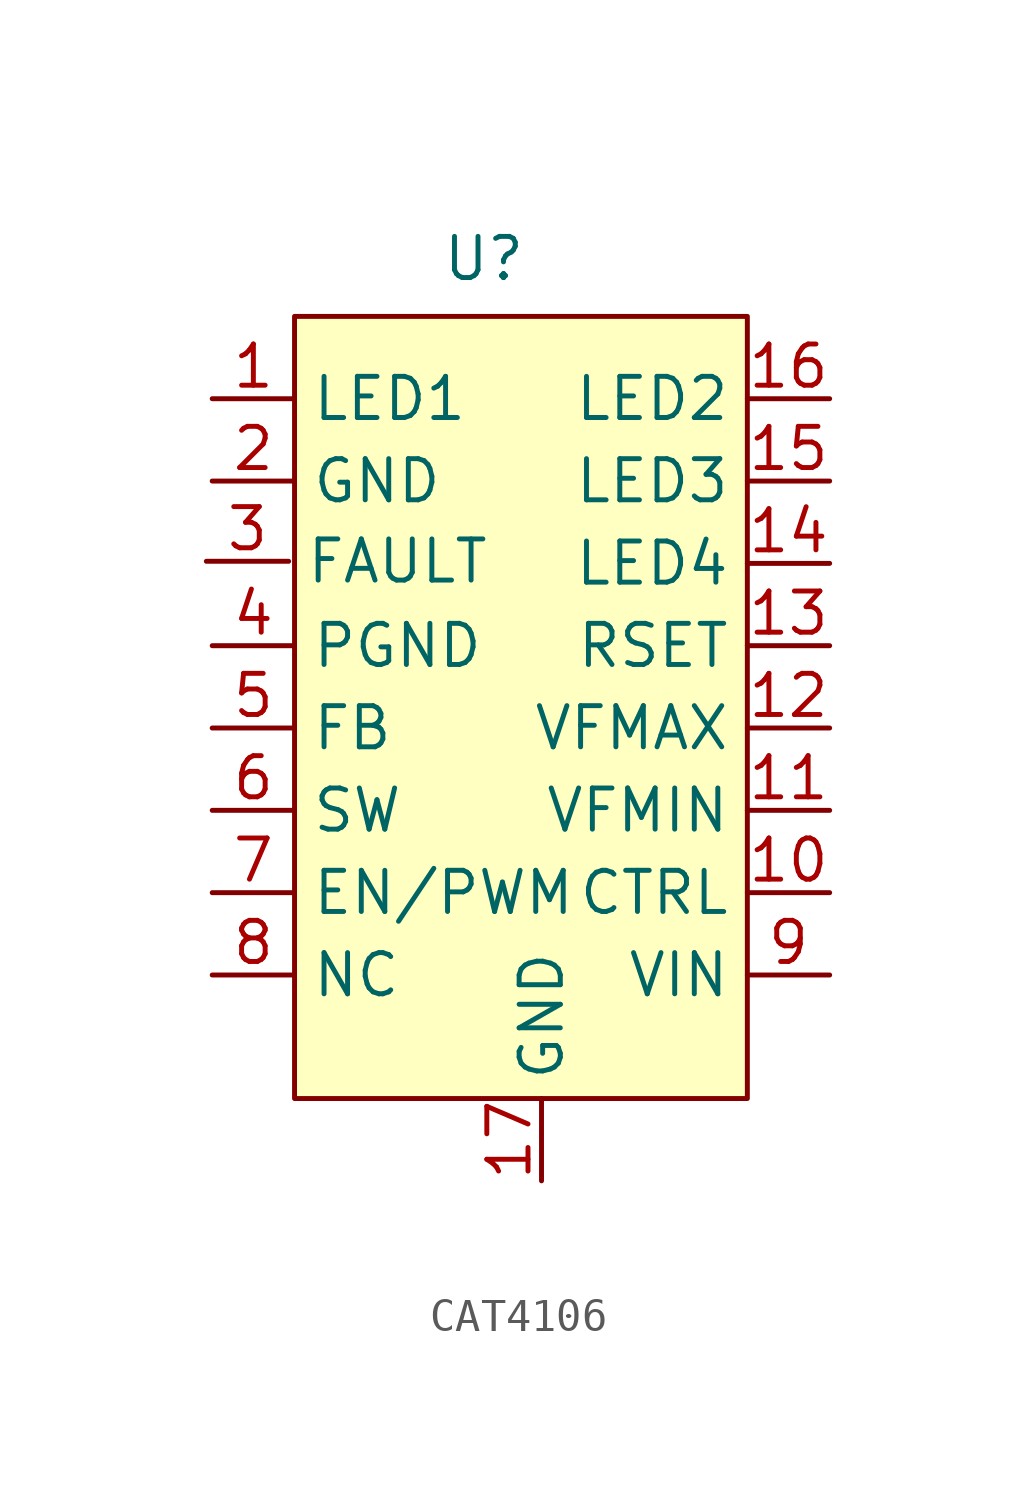
<source format=kicad_sym>
(kicad_symbol_lib
  (version 20231120)
  (generator "kicad_symbol_editor")
  (generator_version "8.0")
  (symbol "CAT4106"
    (property "Reference" "U"
      (at -1.778 11.938 0)
      (effects (font (size 1.27 1.27))))
    (property "Value" ""
      (at 0 0 0)
      (effects (font (size 1.27 1.27))))
    (symbol "CAT4106_1_1"
      (rectangle (start -7.62 10.16) (end 6.35 -13.97) (stroke (width 0) (type default)) (fill (type background)))
      (pin input line (at -10.16 7.62 0) (length 2.54) (name "LED1" (effects (font (size 1.27 1.27)))) (number "1" (effects (font (size 1.27 1.27)))))
      (pin input line (at 8.89 -7.62 180) (length 2.54) (name "CTRL" (effects (font (size 1.27 1.27)))) (number "10" (effects (font (size 1.27 1.27)))))
      (pin input line (at 8.89 -5.08 180) (length 2.54) (name "VFMIN" (effects (font (size 1.27 1.27)))) (number "11" (effects (font (size 1.27 1.27)))))
      (pin input line (at 8.89 -2.54 180) (length 2.54) (name "VFMAX" (effects (font (size 1.27 1.27)))) (number "12" (effects (font (size 1.27 1.27)))))
      (pin input line (at 8.89 0 180) (length 2.54) (name "RSET" (effects (font (size 1.27 1.27)))) (number "13" (effects (font (size 1.27 1.27)))))
      (pin input line (at 8.89 2.54 180) (length 2.54) (name "LED4" (effects (font (size 1.27 1.27)))) (number "14" (effects (font (size 1.27 1.27)))))
      (pin input line (at 8.89 5.08 180) (length 2.54) (name "LED3" (effects (font (size 1.27 1.27)))) (number "15" (effects (font (size 1.27 1.27)))))
      (pin input line (at 8.89 7.62 180) (length 2.54) (name "LED2" (effects (font (size 1.27 1.27)))) (number "16" (effects (font (size 1.27 1.27)))))
      (pin input line (at 0 -16.51 90) (length 2.54) (name "GND" (effects (font (size 1.27 1.27)))) (number "17" (effects (font (size 1.27 1.27)))))
      (pin input line (at -10.16 5.08 0) (length 2.54) (name "GND" (effects (font (size 1.27 1.27)))) (number "2" (effects (font (size 1.27 1.27)))))
      (pin input line (at -10.341 2.604 0) (length 2.54) (name "FAULT" (effects (font (size 1.27 1.27)))) (number "3" (effects (font (size 1.27 1.27)))))
      (pin input line (at -10.16 0 0) (length 2.54) (name "PGND" (effects (font (size 1.27 1.27)))) (number "4" (effects (font (size 1.27 1.27)))))
      (pin input line (at -10.16 -2.54 0) (length 2.54) (name "FB" (effects (font (size 1.27 1.27)))) (number "5" (effects (font (size 1.27 1.27)))))
      (pin input line (at -10.16 -5.08 0) (length 2.54) (name "SW" (effects (font (size 1.27 1.27)))) (number "6" (effects (font (size 1.27 1.27)))))
      (pin input line (at -10.16 -7.62 0) (length 2.54) (name "EN/PWM" (effects (font (size 1.27 1.27)))) (number "7" (effects (font (size 1.27 1.27)))))
      (pin input line (at -10.16 -10.16 0) (length 2.54) (name "NC" (effects (font (size 1.27 1.27)))) (number "8" (effects (font (size 1.27 1.27)))))
      (pin input line (at 8.89 -10.16 180) (length 2.54) (name "VIN" (effects (font (size 1.27 1.27)))) (number "9" (effects (font (size 1.27 1.27))))))))
</source>
